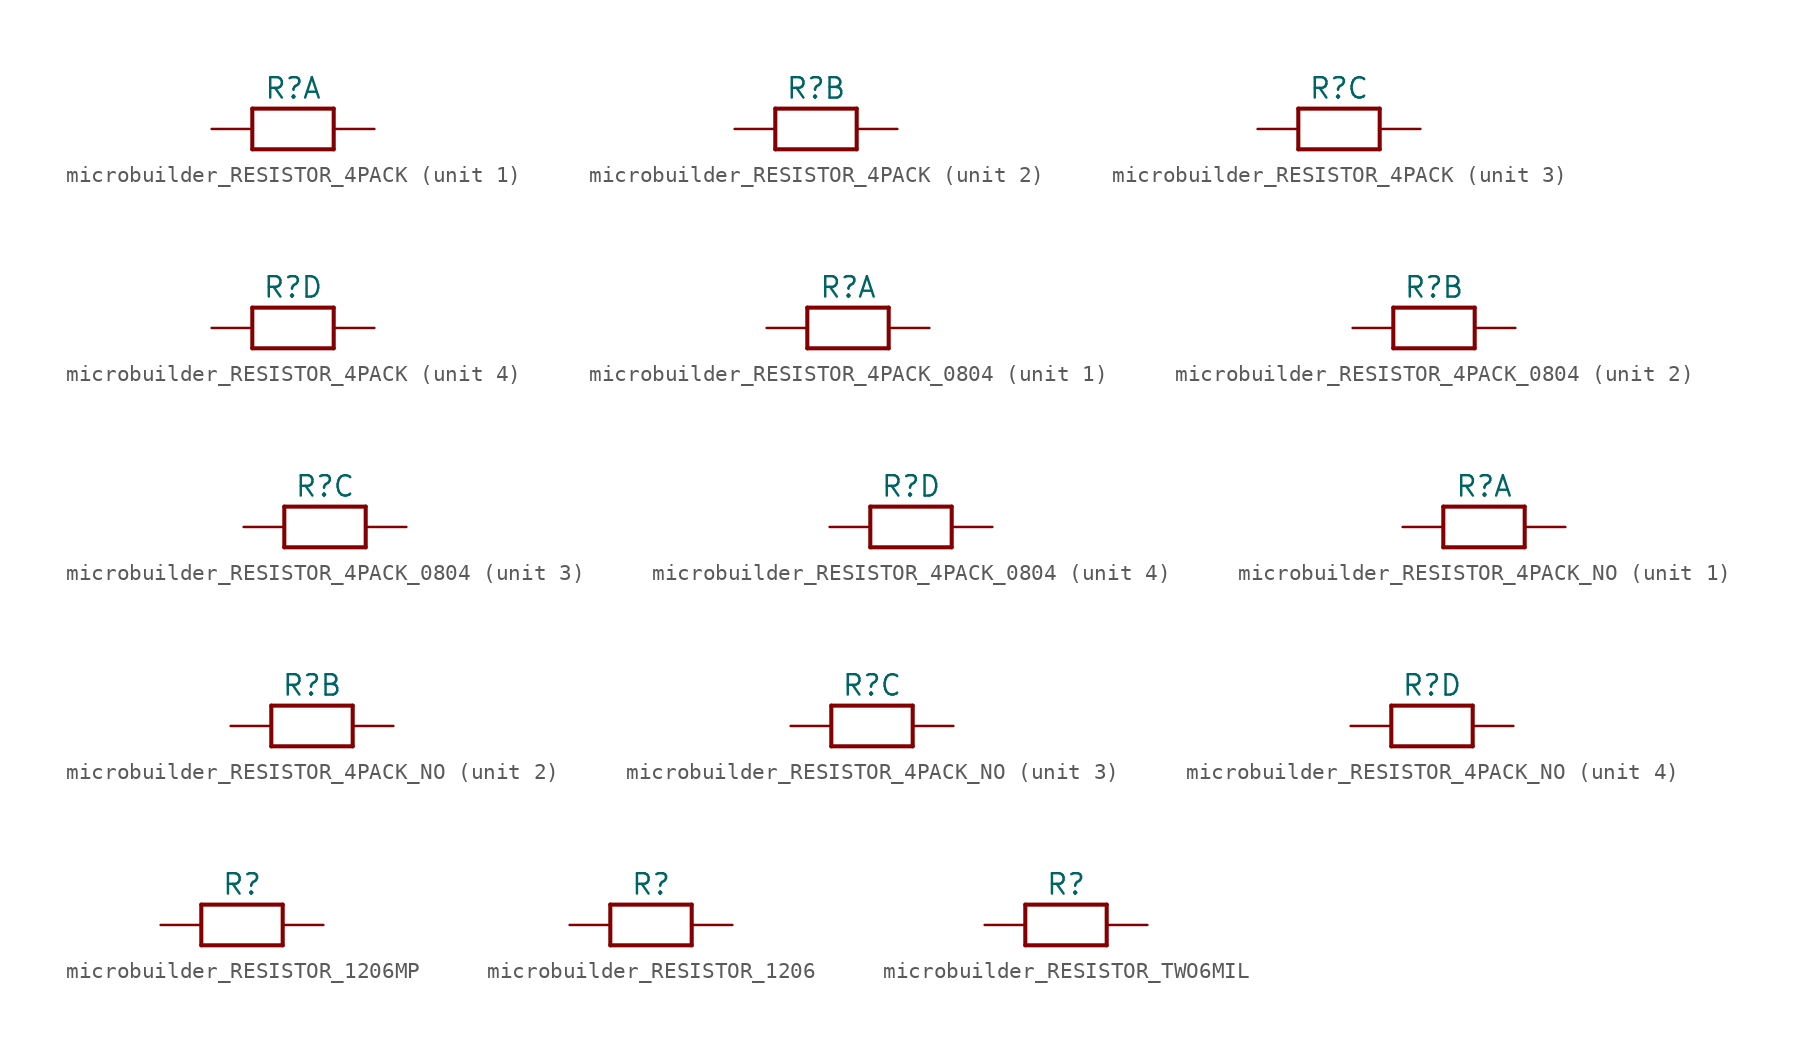
<source format=kicad_sym>
(kicad_symbol_lib
  (version 20241209)
  (generator "kicad_symbol_editor")
  (generator_version "9.0")
  (symbol "microbuilder_RESISTOR_4PACK"
    (property "Reference" "R"
      (at 0 2.54 0)
      (effects (font (size 1.27 1.27))))
    (property "Value" ""
      (at 0 0 0)
      (effects (font (size 1.016 1.016) (thickness 0.203) (bold yes))))
    (property "ki_locked" ""
      (at 0 0 0)
      (effects (font (size 1.27 1.27))))
    (symbol "microbuilder_RESISTOR_4PACK_1_0"
      (polyline (pts (xy -2.54 1.27) (xy 2.54 1.27)) (stroke (width 0.254) (type solid)) (fill (type none)))
      (polyline (pts (xy -2.54 -1.27) (xy -2.54 1.27)) (stroke (width 0.254) (type solid)) (fill (type none)))
      (polyline (pts (xy 2.54 1.27) (xy 2.54 -1.27)) (stroke (width 0.254) (type solid)) (fill (type none)))
      (polyline (pts (xy 2.54 -1.27) (xy -2.54 -1.27)) (stroke (width 0.254) (type solid)) (fill (type none)))
      (pin passive line (at -5.08 0 0) (length 2.54) (name "1" (effects (font (size 0 0)))) (number "1" (effects (font (size 0 0)))))
      (pin passive line (at 5.08 0 180) (length 2.54) (name "2" (effects (font (size 0 0)))) (number "8" (effects (font (size 0 0))))))
    (symbol "microbuilder_RESISTOR_4PACK_2_0"
      (polyline (pts (xy -2.54 1.27) (xy 2.54 1.27)) (stroke (width 0.254) (type solid)) (fill (type none)))
      (polyline (pts (xy -2.54 -1.27) (xy -2.54 1.27)) (stroke (width 0.254) (type solid)) (fill (type none)))
      (polyline (pts (xy 2.54 1.27) (xy 2.54 -1.27)) (stroke (width 0.254) (type solid)) (fill (type none)))
      (polyline (pts (xy 2.54 -1.27) (xy -2.54 -1.27)) (stroke (width 0.254) (type solid)) (fill (type none)))
      (pin passive line (at -5.08 0 0) (length 2.54) (name "1" (effects (font (size 0 0)))) (number "2" (effects (font (size 0 0)))))
      (pin passive line (at 5.08 0 180) (length 2.54) (name "2" (effects (font (size 0 0)))) (number "7" (effects (font (size 0 0))))))
    (symbol "microbuilder_RESISTOR_4PACK_3_0"
      (polyline (pts (xy -2.54 1.27) (xy 2.54 1.27)) (stroke (width 0.254) (type solid)) (fill (type none)))
      (polyline (pts (xy -2.54 -1.27) (xy -2.54 1.27)) (stroke (width 0.254) (type solid)) (fill (type none)))
      (polyline (pts (xy 2.54 1.27) (xy 2.54 -1.27)) (stroke (width 0.254) (type solid)) (fill (type none)))
      (polyline (pts (xy 2.54 -1.27) (xy -2.54 -1.27)) (stroke (width 0.254) (type solid)) (fill (type none)))
      (pin passive line (at -5.08 0 0) (length 2.54) (name "1" (effects (font (size 0 0)))) (number "3" (effects (font (size 0 0)))))
      (pin passive line (at 5.08 0 180) (length 2.54) (name "2" (effects (font (size 0 0)))) (number "6" (effects (font (size 0 0))))))
    (symbol "microbuilder_RESISTOR_4PACK_4_0"
      (polyline (pts (xy -2.54 1.27) (xy 2.54 1.27)) (stroke (width 0.254) (type solid)) (fill (type none)))
      (polyline (pts (xy -2.54 -1.27) (xy -2.54 1.27)) (stroke (width 0.254) (type solid)) (fill (type none)))
      (polyline (pts (xy 2.54 1.27) (xy 2.54 -1.27)) (stroke (width 0.254) (type solid)) (fill (type none)))
      (polyline (pts (xy 2.54 -1.27) (xy -2.54 -1.27)) (stroke (width 0.254) (type solid)) (fill (type none)))
      (pin passive line (at -5.08 0 0) (length 2.54) (name "1" (effects (font (size 0 0)))) (number "4" (effects (font (size 0 0)))))
      (pin passive line (at 5.08 0 180) (length 2.54) (name "2" (effects (font (size 0 0)))) (number "5" (effects (font (size 0 0)))))))
  (symbol "microbuilder_RESISTOR_4PACK_0804"
    (property "Reference" "R"
      (at 0 2.54 0)
      (effects (font (size 1.27 1.27))))
    (property "Value" ""
      (at 0 0 0)
      (effects (font (size 1.016 1.016) (thickness 0.203) (bold yes))))
    (property "ki_locked" ""
      (at 0 0 0)
      (effects (font (size 1.27 1.27))))
    (symbol "microbuilder_RESISTOR_4PACK_0804_1_0"
      (polyline (pts (xy -2.54 1.27) (xy 2.54 1.27)) (stroke (width 0.254) (type solid)) (fill (type none)))
      (polyline (pts (xy -2.54 -1.27) (xy -2.54 1.27)) (stroke (width 0.254) (type solid)) (fill (type none)))
      (polyline (pts (xy 2.54 1.27) (xy 2.54 -1.27)) (stroke (width 0.254) (type solid)) (fill (type none)))
      (polyline (pts (xy 2.54 -1.27) (xy -2.54 -1.27)) (stroke (width 0.254) (type solid)) (fill (type none)))
      (pin passive line (at -5.08 0 0) (length 2.54) (name "1" (effects (font (size 0 0)))) (number "1" (effects (font (size 0 0)))))
      (pin passive line (at 5.08 0 180) (length 2.54) (name "2" (effects (font (size 0 0)))) (number "8" (effects (font (size 0 0))))))
    (symbol "microbuilder_RESISTOR_4PACK_0804_2_0"
      (polyline (pts (xy -2.54 1.27) (xy 2.54 1.27)) (stroke (width 0.254) (type solid)) (fill (type none)))
      (polyline (pts (xy -2.54 -1.27) (xy -2.54 1.27)) (stroke (width 0.254) (type solid)) (fill (type none)))
      (polyline (pts (xy 2.54 1.27) (xy 2.54 -1.27)) (stroke (width 0.254) (type solid)) (fill (type none)))
      (polyline (pts (xy 2.54 -1.27) (xy -2.54 -1.27)) (stroke (width 0.254) (type solid)) (fill (type none)))
      (pin passive line (at -5.08 0 0) (length 2.54) (name "1" (effects (font (size 0 0)))) (number "2" (effects (font (size 0 0)))))
      (pin passive line (at 5.08 0 180) (length 2.54) (name "2" (effects (font (size 0 0)))) (number "7" (effects (font (size 0 0))))))
    (symbol "microbuilder_RESISTOR_4PACK_0804_3_0"
      (polyline (pts (xy -2.54 1.27) (xy 2.54 1.27)) (stroke (width 0.254) (type solid)) (fill (type none)))
      (polyline (pts (xy -2.54 -1.27) (xy -2.54 1.27)) (stroke (width 0.254) (type solid)) (fill (type none)))
      (polyline (pts (xy 2.54 1.27) (xy 2.54 -1.27)) (stroke (width 0.254) (type solid)) (fill (type none)))
      (polyline (pts (xy 2.54 -1.27) (xy -2.54 -1.27)) (stroke (width 0.254) (type solid)) (fill (type none)))
      (pin passive line (at -5.08 0 0) (length 2.54) (name "1" (effects (font (size 0 0)))) (number "3" (effects (font (size 0 0)))))
      (pin passive line (at 5.08 0 180) (length 2.54) (name "2" (effects (font (size 0 0)))) (number "6" (effects (font (size 0 0))))))
    (symbol "microbuilder_RESISTOR_4PACK_0804_4_0"
      (polyline (pts (xy -2.54 1.27) (xy 2.54 1.27)) (stroke (width 0.254) (type solid)) (fill (type none)))
      (polyline (pts (xy -2.54 -1.27) (xy -2.54 1.27)) (stroke (width 0.254) (type solid)) (fill (type none)))
      (polyline (pts (xy 2.54 1.27) (xy 2.54 -1.27)) (stroke (width 0.254) (type solid)) (fill (type none)))
      (polyline (pts (xy 2.54 -1.27) (xy -2.54 -1.27)) (stroke (width 0.254) (type solid)) (fill (type none)))
      (pin passive line (at -5.08 0 0) (length 2.54) (name "1" (effects (font (size 0 0)))) (number "4" (effects (font (size 0 0)))))
      (pin passive line (at 5.08 0 180) (length 2.54) (name "2" (effects (font (size 0 0)))) (number "5" (effects (font (size 0 0)))))))
  (symbol "microbuilder_RESISTOR_4PACK_NO"
    (property "Reference" "R"
      (at 0 2.54 0)
      (effects (font (size 1.27 1.27))))
    (property "Value" ""
      (at 0 0 0)
      (effects (font (size 1.016 1.016) (thickness 0.203) (bold yes))))
    (property "ki_locked" ""
      (at 0 0 0)
      (effects (font (size 1.27 1.27))))
    (symbol "microbuilder_RESISTOR_4PACK_NO_1_0"
      (polyline (pts (xy -2.54 1.27) (xy 2.54 1.27)) (stroke (width 0.254) (type solid)) (fill (type none)))
      (polyline (pts (xy -2.54 -1.27) (xy -2.54 1.27)) (stroke (width 0.254) (type solid)) (fill (type none)))
      (polyline (pts (xy 2.54 1.27) (xy 2.54 -1.27)) (stroke (width 0.254) (type solid)) (fill (type none)))
      (polyline (pts (xy 2.54 -1.27) (xy -2.54 -1.27)) (stroke (width 0.254) (type solid)) (fill (type none)))
      (pin passive line (at -5.08 0 0) (length 2.54) (name "1" (effects (font (size 0 0)))) (number "1" (effects (font (size 0 0)))))
      (pin passive line (at 5.08 0 180) (length 2.54) (name "2" (effects (font (size 0 0)))) (number "8" (effects (font (size 0 0))))))
    (symbol "microbuilder_RESISTOR_4PACK_NO_2_0"
      (polyline (pts (xy -2.54 1.27) (xy 2.54 1.27)) (stroke (width 0.254) (type solid)) (fill (type none)))
      (polyline (pts (xy -2.54 -1.27) (xy -2.54 1.27)) (stroke (width 0.254) (type solid)) (fill (type none)))
      (polyline (pts (xy 2.54 1.27) (xy 2.54 -1.27)) (stroke (width 0.254) (type solid)) (fill (type none)))
      (polyline (pts (xy 2.54 -1.27) (xy -2.54 -1.27)) (stroke (width 0.254) (type solid)) (fill (type none)))
      (pin passive line (at -5.08 0 0) (length 2.54) (name "1" (effects (font (size 0 0)))) (number "2" (effects (font (size 0 0)))))
      (pin passive line (at 5.08 0 180) (length 2.54) (name "2" (effects (font (size 0 0)))) (number "7" (effects (font (size 0 0))))))
    (symbol "microbuilder_RESISTOR_4PACK_NO_3_0"
      (polyline (pts (xy -2.54 1.27) (xy 2.54 1.27)) (stroke (width 0.254) (type solid)) (fill (type none)))
      (polyline (pts (xy -2.54 -1.27) (xy -2.54 1.27)) (stroke (width 0.254) (type solid)) (fill (type none)))
      (polyline (pts (xy 2.54 1.27) (xy 2.54 -1.27)) (stroke (width 0.254) (type solid)) (fill (type none)))
      (polyline (pts (xy 2.54 -1.27) (xy -2.54 -1.27)) (stroke (width 0.254) (type solid)) (fill (type none)))
      (pin passive line (at -5.08 0 0) (length 2.54) (name "1" (effects (font (size 0 0)))) (number "3" (effects (font (size 0 0)))))
      (pin passive line (at 5.08 0 180) (length 2.54) (name "2" (effects (font (size 0 0)))) (number "6" (effects (font (size 0 0))))))
    (symbol "microbuilder_RESISTOR_4PACK_NO_4_0"
      (polyline (pts (xy -2.54 1.27) (xy 2.54 1.27)) (stroke (width 0.254) (type solid)) (fill (type none)))
      (polyline (pts (xy -2.54 -1.27) (xy -2.54 1.27)) (stroke (width 0.254) (type solid)) (fill (type none)))
      (polyline (pts (xy 2.54 1.27) (xy 2.54 -1.27)) (stroke (width 0.254) (type solid)) (fill (type none)))
      (polyline (pts (xy 2.54 -1.27) (xy -2.54 -1.27)) (stroke (width 0.254) (type solid)) (fill (type none)))
      (pin passive line (at -5.08 0 0) (length 2.54) (name "1" (effects (font (size 0 0)))) (number "4" (effects (font (size 0 0)))))
      (pin passive line (at 5.08 0 180) (length 2.54) (name "2" (effects (font (size 0 0)))) (number "5" (effects (font (size 0 0)))))))
  (symbol "microbuilder_RESISTOR_1206MP"
    (property "Reference" "R"
      (at 0 2.54 0)
      (effects (font (size 1.27 1.27))))
    (property "Value" ""
      (at 0 0 0)
      (effects (font (size 1.016 1.016) (thickness 0.203) (bold yes))))
    (property "ki_locked" ""
      (at 0 0 0)
      (effects (font (size 1.27 1.27))))
    (symbol "microbuilder_RESISTOR_1206MP_1_0"
      (polyline (pts (xy -2.54 1.27) (xy 2.54 1.27)) (stroke (width 0.254) (type solid)) (fill (type none)))
      (polyline (pts (xy -2.54 -1.27) (xy -2.54 1.27)) (stroke (width 0.254) (type solid)) (fill (type none)))
      (polyline (pts (xy 2.54 1.27) (xy 2.54 -1.27)) (stroke (width 0.254) (type solid)) (fill (type none)))
      (polyline (pts (xy 2.54 -1.27) (xy -2.54 -1.27)) (stroke (width 0.254) (type solid)) (fill (type none)))
      (pin passive line (at -5.08 0 0) (length 2.54) (name "1" (effects (font (size 0 0)))) (number "1" (effects (font (size 0 0)))))
      (pin passive line (at 5.08 0 180) (length 2.54) (name "2" (effects (font (size 0 0)))) (number "2" (effects (font (size 0 0)))))))
  (symbol "microbuilder_RESISTOR_1206"
    (property "Reference" "R"
      (at 0 2.54 0)
      (effects (font (size 1.27 1.27))))
    (property "Value" ""
      (at 0 0 0)
      (effects (font (size 1.016 1.016) (thickness 0.203) (bold yes))))
    (property "ki_locked" ""
      (at 0 0 0)
      (effects (font (size 1.27 1.27))))
    (symbol "microbuilder_RESISTOR_1206_1_0"
      (polyline (pts (xy -2.54 1.27) (xy 2.54 1.27)) (stroke (width 0.254) (type solid)) (fill (type none)))
      (polyline (pts (xy -2.54 -1.27) (xy -2.54 1.27)) (stroke (width 0.254) (type solid)) (fill (type none)))
      (polyline (pts (xy 2.54 1.27) (xy 2.54 -1.27)) (stroke (width 0.254) (type solid)) (fill (type none)))
      (polyline (pts (xy 2.54 -1.27) (xy -2.54 -1.27)) (stroke (width 0.254) (type solid)) (fill (type none)))
      (pin passive line (at -5.08 0 0) (length 2.54) (name "1" (effects (font (size 0 0)))) (number "1" (effects (font (size 0 0)))))
      (pin passive line (at 5.08 0 180) (length 2.54) (name "2" (effects (font (size 0 0)))) (number "2" (effects (font (size 0 0)))))))
  (symbol "microbuilder_RESISTOR_TWO6MIL"
    (property "Reference" "R"
      (at 0 2.54 0)
      (effects (font (size 1.27 1.27))))
    (property "Value" ""
      (at 0 0 0)
      (effects (font (size 1.016 1.016) (thickness 0.203) (bold yes))))
    (property "ki_locked" ""
      (at 0 0 0)
      (effects (font (size 1.27 1.27))))
    (symbol "microbuilder_RESISTOR_TWO6MIL_1_0"
      (polyline (pts (xy -2.54 1.27) (xy 2.54 1.27)) (stroke (width 0.254) (type solid)) (fill (type none)))
      (polyline (pts (xy -2.54 -1.27) (xy -2.54 1.27)) (stroke (width 0.254) (type solid)) (fill (type none)))
      (polyline (pts (xy 2.54 1.27) (xy 2.54 -1.27)) (stroke (width 0.254) (type solid)) (fill (type none)))
      (polyline (pts (xy 2.54 -1.27) (xy -2.54 -1.27)) (stroke (width 0.254) (type solid)) (fill (type none)))
      (pin passive line (at -5.08 0 0) (length 2.54) (name "1" (effects (font (size 0 0)))) (number "1" (effects (font (size 0 0)))))
      (pin passive line (at 5.08 0 180) (length 2.54) (name "2" (effects (font (size 0 0)))) (number "2" (effects (font (size 0 0))))))))
</source>
